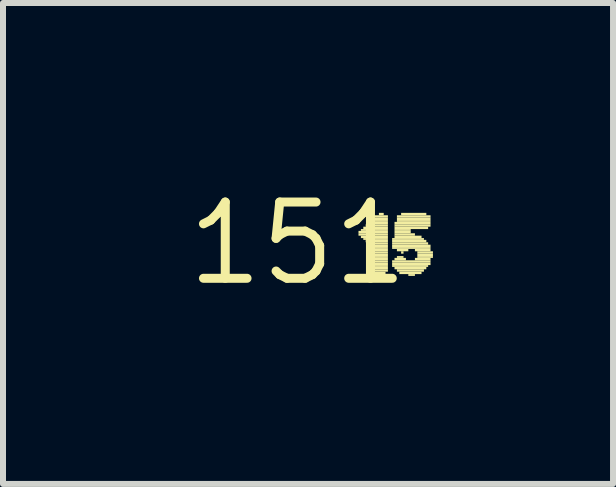
<source format=kicad_pcb>
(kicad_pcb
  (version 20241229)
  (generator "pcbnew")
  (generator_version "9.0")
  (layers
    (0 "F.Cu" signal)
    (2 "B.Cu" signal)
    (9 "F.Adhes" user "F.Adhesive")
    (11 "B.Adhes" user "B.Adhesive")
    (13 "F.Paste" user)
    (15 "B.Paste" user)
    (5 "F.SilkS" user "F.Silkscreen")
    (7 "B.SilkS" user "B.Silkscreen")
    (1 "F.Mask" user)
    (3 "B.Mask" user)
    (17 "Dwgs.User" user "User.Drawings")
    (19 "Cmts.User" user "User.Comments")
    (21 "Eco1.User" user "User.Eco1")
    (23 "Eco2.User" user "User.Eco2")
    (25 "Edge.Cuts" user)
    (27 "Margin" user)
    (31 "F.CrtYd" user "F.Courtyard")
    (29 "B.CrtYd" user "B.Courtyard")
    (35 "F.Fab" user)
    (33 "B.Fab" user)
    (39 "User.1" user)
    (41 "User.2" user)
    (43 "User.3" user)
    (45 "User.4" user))
  (footprint "151"
    (layer "F.Cu")
    (at 1.912 1.006)
    (property "Reference" "151" (at 0 0 0) (layer "F.SilkS") (effects (font (size 1.27 1.27) (thickness 0.15))))
    (fp_poly (pts (xy 1.01 -0.17) (xy 1.5 -0.17) (xy 1.5 -0.21) (xy 1.01 -0.21)) (stroke (width 0) (type default)) (fill yes) (layer "F.SilkS"))
    (fp_poly (pts (xy 1.01 -0.13) (xy 1.5 -0.13) (xy 1.5 -0.17) (xy 1.01 -0.17)) (stroke (width 0) (type default)) (fill yes) (layer "F.SilkS"))
    (fp_poly (pts (xy 1.05 -0.21) (xy 1.5 -0.21) (xy 1.5 -0.24) (xy 1.05 -0.24)) (stroke (width 0) (type default)) (fill yes) (layer "F.SilkS"))
    (fp_poly (pts (xy 1.05 -0.09) (xy 1.5 -0.09) (xy 1.5 -0.13) (xy 1.05 -0.13)) (stroke (width 0) (type default)) (fill yes) (layer "F.SilkS"))
    (fp_poly (pts (xy 1.09 -0.24) (xy 1.5 -0.24) (xy 1.5 -0.28) (xy 1.09 -0.28)) (stroke (width 0) (type default)) (fill yes) (layer "F.SilkS"))
    (fp_poly (pts (xy 1.09 -0.06) (xy 1.5 -0.06) (xy 1.5 -0.09) (xy 1.09 -0.09)) (stroke (width 0) (type default)) (fill yes) (layer "F.SilkS"))
    (fp_poly (pts (xy 1.13 -0.28) (xy 1.5 -0.28) (xy 1.5 -0.32) (xy 1.13 -0.32)) (stroke (width 0) (type default)) (fill yes) (layer "F.SilkS"))
    (fp_poly (pts (xy 1.13 -0.02) (xy 1.16 -0.02) (xy 1.16 -0.06) (xy 1.13 -0.06)) (stroke (width 0) (type default)) (fill yes) (layer "F.SilkS"))
    (fp_poly (pts (xy 1.16 -0.32) (xy 1.5 -0.32) (xy 1.5 -0.36) (xy 1.16 -0.36)) (stroke (width 0) (type default)) (fill yes) (layer "F.SilkS"))
    (fp_poly (pts (xy 1.2 -0.36) (xy 1.5 -0.36) (xy 1.5 -0.39) (xy 1.2 -0.39)) (stroke (width 0) (type default)) (fill yes) (layer "F.SilkS"))
    (fp_poly (pts (xy 1.24 -0.39) (xy 1.5 -0.39) (xy 1.5 -0.43) (xy 1.24 -0.43)) (stroke (width 0) (type default)) (fill yes) (layer "F.SilkS"))
    (fp_poly (pts (xy 1.24 -0.02) (xy 1.5 -0.02) (xy 1.5 -0.06) (xy 1.24 -0.06)) (stroke (width 0) (type default)) (fill yes) (layer "F.SilkS"))
    (fp_poly (pts (xy 1.24 0.02) (xy 1.5 0.02) (xy 1.5 -0.02) (xy 1.24 -0.02)) (stroke (width 0) (type default)) (fill yes) (layer "F.SilkS"))
    (fp_poly (pts (xy 1.24 0.06) (xy 1.5 0.06) (xy 1.5 0.02) (xy 1.24 0.02)) (stroke (width 0) (type default)) (fill yes) (layer "F.SilkS"))
    (fp_poly (pts (xy 1.24 0.09) (xy 1.5 0.09) (xy 1.5 0.06) (xy 1.24 0.06)) (stroke (width 0) (type default)) (fill yes) (layer "F.SilkS"))
    (fp_poly (pts (xy 1.24 0.13) (xy 1.5 0.13) (xy 1.5 0.09) (xy 1.24 0.09)) (stroke (width 0) (type default)) (fill yes) (layer "F.SilkS"))
    (fp_poly (pts (xy 1.24 0.17) (xy 1.5 0.17) (xy 1.5 0.13) (xy 1.24 0.13)) (stroke (width 0) (type default)) (fill yes) (layer "F.SilkS"))
    (fp_poly (pts (xy 1.24 0.21) (xy 1.5 0.21) (xy 1.5 0.17) (xy 1.24 0.17)) (stroke (width 0) (type default)) (fill yes) (layer "F.SilkS"))
    (fp_poly (pts (xy 1.24 0.24) (xy 1.5 0.24) (xy 1.5 0.21) (xy 1.24 0.21)) (stroke (width 0) (type default)) (fill yes) (layer "F.SilkS"))
    (fp_poly (pts (xy 1.24 0.28) (xy 1.5 0.28) (xy 1.5 0.24) (xy 1.24 0.24)) (stroke (width 0) (type default)) (fill yes) (layer "F.SilkS"))
    (fp_poly (pts (xy 1.24 0.32) (xy 1.5 0.32) (xy 1.5 0.28) (xy 1.24 0.28)) (stroke (width 0) (type default)) (fill yes) (layer "F.SilkS"))
    (fp_poly (pts (xy 1.24 0.36) (xy 1.5 0.36) (xy 1.5 0.32) (xy 1.24 0.32)) (stroke (width 0) (type default)) (fill yes) (layer "F.SilkS"))
    (fp_poly (pts (xy 1.24 0.39) (xy 1.5 0.39) (xy 1.5 0.36) (xy 1.24 0.36)) (stroke (width 0) (type default)) (fill yes) (layer "F.SilkS"))
    (fp_poly (pts (xy 1.24 0.43) (xy 1.5 0.43) (xy 1.5 0.39) (xy 1.24 0.39)) (stroke (width 0) (type default)) (fill yes) (layer "F.SilkS"))
    (fp_poly (pts (xy 1.27 -0.43) (xy 1.5 -0.43) (xy 1.5 -0.47) (xy 1.27 -0.47)) (stroke (width 0) (type default)) (fill yes) (layer "F.SilkS"))
    (fp_poly (pts (xy 1.27 0.47) (xy 1.5 0.47) (xy 1.5 0.43) (xy 1.27 0.43)) (stroke (width 0) (type default)) (fill yes) (layer "F.SilkS"))
    (fp_poly (pts (xy 1.27 0.51) (xy 1.46 0.51) (xy 1.46 0.47) (xy 1.27 0.47)) (stroke (width 0) (type default)) (fill yes) (layer "F.SilkS"))
    (fp_poly (pts (xy 1.35 -0.47) (xy 1.43 -0.47) (xy 1.43 -0.51) (xy 1.35 -0.51)) (stroke (width 0) (type default)) (fill yes) (layer "F.SilkS"))
    (fp_poly (pts (xy 1.57 -0.06) (xy 2.1 -0.06) (xy 2.1 -0.09) (xy 1.57 -0.09)) (stroke (width 0) (type default)) (fill yes) (layer "F.SilkS"))
    (fp_poly (pts (xy 1.57 -0.02) (xy 2.14 -0.02) (xy 2.14 -0.06) (xy 1.57 -0.06)) (stroke (width 0) (type default)) (fill yes) (layer "F.SilkS"))
    (fp_poly (pts (xy 1.57 0.02) (xy 2.17 0.02) (xy 2.17 -0.02) (xy 1.57 -0.02)) (stroke (width 0) (type default)) (fill yes) (layer "F.SilkS"))
    (fp_poly (pts (xy 1.57 0.06) (xy 2.21 0.06) (xy 2.21 0.02) (xy 1.57 0.02)) (stroke (width 0) (type default)) (fill yes) (layer "F.SilkS"))
    (fp_poly (pts (xy 1.57 0.09) (xy 2.21 0.09) (xy 2.21 0.06) (xy 1.57 0.06)) (stroke (width 0) (type default)) (fill yes) (layer "F.SilkS"))
    (fp_poly (pts (xy 1.57 0.32) (xy 2.21 0.32) (xy 2.21 0.28) (xy 1.57 0.28)) (stroke (width 0) (type default)) (fill yes) (layer "F.SilkS"))
    (fp_poly (pts (xy 1.57 0.36) (xy 2.21 0.36) (xy 2.21 0.32) (xy 1.57 0.32)) (stroke (width 0) (type default)) (fill yes) (layer "F.SilkS"))
    (fp_poly (pts (xy 1.57 0.39) (xy 2.17 0.39) (xy 2.17 0.36) (xy 1.57 0.36)) (stroke (width 0) (type default)) (fill yes) (layer "F.SilkS"))
    (fp_poly (pts (xy 1.61 -0.32) (xy 2.21 -0.32) (xy 2.21 -0.36) (xy 1.61 -0.36)) (stroke (width 0) (type default)) (fill yes) (layer "F.SilkS"))
    (fp_poly (pts (xy 1.61 -0.28) (xy 2.21 -0.28) (xy 2.21 -0.32) (xy 1.61 -0.32)) (stroke (width 0) (type default)) (fill yes) (layer "F.SilkS"))
    (fp_poly (pts (xy 1.61 -0.24) (xy 2.17 -0.24) (xy 2.17 -0.28) (xy 1.61 -0.28)) (stroke (width 0) (type default)) (fill yes) (layer "F.SilkS"))
    (fp_poly (pts (xy 1.61 -0.21) (xy 1.88 -0.21) (xy 1.88 -0.24) (xy 1.61 -0.24)) (stroke (width 0) (type default)) (fill yes) (layer "F.SilkS"))
    (fp_poly (pts (xy 1.61 -0.17) (xy 1.88 -0.17) (xy 1.88 -0.21) (xy 1.61 -0.21)) (stroke (width 0) (type default)) (fill yes) (layer "F.SilkS"))
    (fp_poly (pts (xy 1.61 -0.13) (xy 1.95 -0.13) (xy 1.95 -0.17) (xy 1.61 -0.17)) (stroke (width 0) (type default)) (fill yes) (layer "F.SilkS"))
    (fp_poly (pts (xy 1.61 -0.09) (xy 2.06 -0.09) (xy 2.06 -0.13) (xy 1.61 -0.13)) (stroke (width 0) (type default)) (fill yes) (layer "F.SilkS"))
    (fp_poly (pts (xy 1.61 0.28) (xy 1.8 0.28) (xy 1.8 0.24) (xy 1.61 0.24)) (stroke (width 0) (type default)) (fill yes) (layer "F.SilkS"))
    (fp_poly (pts (xy 1.61 0.43) (xy 2.14 0.43) (xy 2.14 0.39) (xy 1.61 0.39)) (stroke (width 0) (type default)) (fill yes) (layer "F.SilkS"))
    (fp_poly (pts (xy 1.65 -0.43) (xy 2.21 -0.43) (xy 2.21 -0.47) (xy 1.65 -0.47)) (stroke (width 0) (type default)) (fill yes) (layer "F.SilkS"))
    (fp_poly (pts (xy 1.65 -0.39) (xy 2.21 -0.39) (xy 2.21 -0.43) (xy 1.65 -0.43)) (stroke (width 0) (type default)) (fill yes) (layer "F.SilkS"))
    (fp_poly (pts (xy 1.65 -0.36) (xy 2.21 -0.36) (xy 2.21 -0.39) (xy 1.65 -0.39)) (stroke (width 0) (type default)) (fill yes) (layer "F.SilkS"))
    (fp_poly (pts (xy 1.65 0.13) (xy 1.84 0.13) (xy 1.84 0.09) (xy 1.65 0.09)) (stroke (width 0) (type default)) (fill yes) (layer "F.SilkS"))
    (fp_poly (pts (xy 1.65 0.24) (xy 1.76 0.24) (xy 1.76 0.21) (xy 1.65 0.21)) (stroke (width 0) (type default)) (fill yes) (layer "F.SilkS"))
    (fp_poly (pts (xy 1.65 0.47) (xy 2.1 0.47) (xy 2.1 0.43) (xy 1.65 0.43)) (stroke (width 0) (type default)) (fill yes) (layer "F.SilkS"))
    (fp_poly (pts (xy 1.69 0.51) (xy 2.06 0.51) (xy 2.06 0.47) (xy 1.69 0.47)) (stroke (width 0) (type default)) (fill yes) (layer "F.SilkS"))
    (fp_poly (pts (xy 1.72 -0.47) (xy 2.14 -0.47) (xy 2.14 -0.51) (xy 1.72 -0.51)) (stroke (width 0) (type default)) (fill yes) (layer "F.SilkS"))
    (fp_poly (pts (xy 1.72 0.17) (xy 1.76 0.17) (xy 1.76 0.13) (xy 1.72 0.13)) (stroke (width 0) (type default)) (fill yes) (layer "F.SilkS"))
    (fp_poly (pts (xy 1.84 0.54) (xy 1.95 0.54) (xy 1.95 0.51) (xy 1.84 0.51)) (stroke (width 0) (type default)) (fill yes) (layer "F.SilkS"))
    (fp_poly (pts (xy 1.95 0.13) (xy 2.21 0.13) (xy 2.21 0.09) (xy 1.95 0.09)) (stroke (width 0) (type default)) (fill yes) (layer "F.SilkS"))
    (fp_poly (pts (xy 1.95 0.28) (xy 2.21 0.28) (xy 2.21 0.24) (xy 1.95 0.24)) (stroke (width 0) (type default)) (fill yes) (layer "F.SilkS"))
    (fp_poly (pts (xy 1.99 0.17) (xy 2.25 0.17) (xy 2.25 0.13) (xy 1.99 0.13)) (stroke (width 0) (type default)) (fill yes) (layer "F.SilkS"))
    (fp_poly (pts (xy 1.99 0.21) (xy 2.25 0.21) (xy 2.25 0.17) (xy 1.99 0.17)) (stroke (width 0) (type default)) (fill yes) (layer "F.SilkS"))
    (fp_poly (pts (xy 1.99 0.24) (xy 2.25 0.24) (xy 2.25 0.21) (xy 1.99 0.21)) (stroke (width 0) (type default)) (fill yes) (layer "F.SilkS")))
  (gr_rect
    (start -3 -3)
    (end 7.162 5.012)
    (stroke (width 0.1) (type default))
    (fill no)
    (layer "Edge.Cuts")))
</source>
